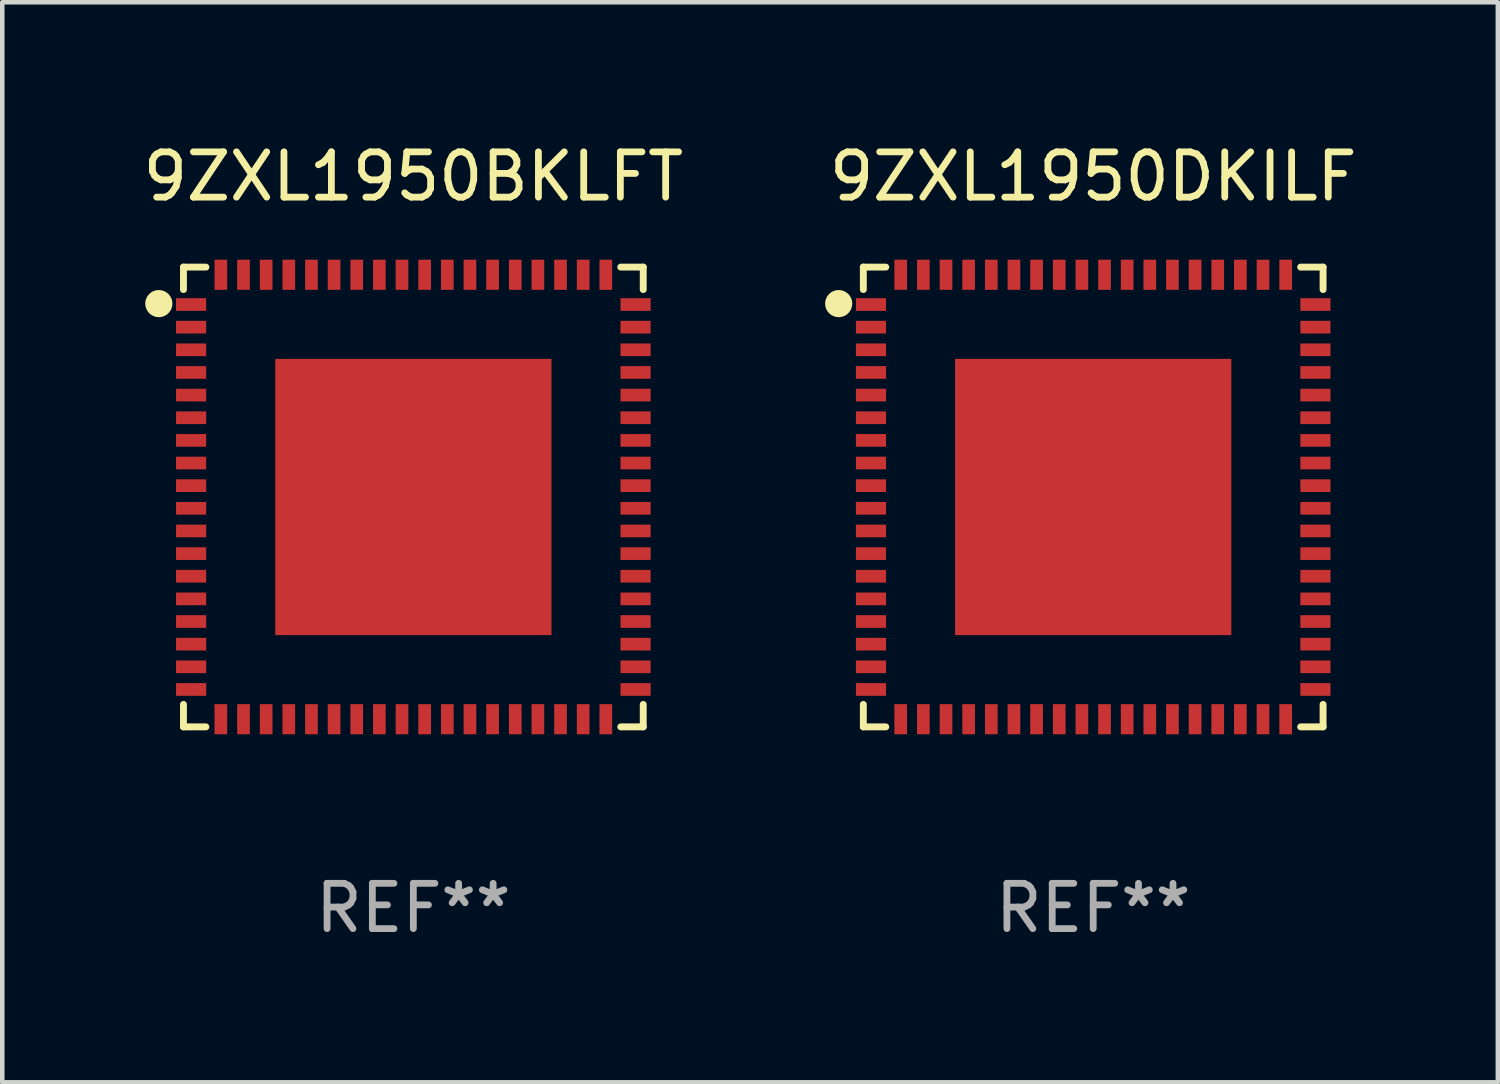
<source format=kicad_pcb>
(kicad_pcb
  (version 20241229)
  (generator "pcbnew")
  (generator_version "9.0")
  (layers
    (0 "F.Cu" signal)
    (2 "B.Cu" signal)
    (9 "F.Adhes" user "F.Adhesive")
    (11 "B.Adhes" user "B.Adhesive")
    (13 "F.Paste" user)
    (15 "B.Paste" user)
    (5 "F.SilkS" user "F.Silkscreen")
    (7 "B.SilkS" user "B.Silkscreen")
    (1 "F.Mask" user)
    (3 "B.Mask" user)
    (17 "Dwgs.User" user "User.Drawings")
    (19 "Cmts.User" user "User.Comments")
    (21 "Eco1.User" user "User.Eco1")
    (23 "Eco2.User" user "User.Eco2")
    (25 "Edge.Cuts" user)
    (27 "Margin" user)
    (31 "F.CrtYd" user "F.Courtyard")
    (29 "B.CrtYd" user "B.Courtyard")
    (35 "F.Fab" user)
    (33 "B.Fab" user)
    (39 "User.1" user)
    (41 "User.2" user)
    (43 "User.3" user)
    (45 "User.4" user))
  (footprint "9ZXL1950DKILF"
    (layer "F.Cu")
    (at 21.089 7.924)
    (property "Reference" "9ZXL1950DKILF" (at 0 -7.076 0) (layer "F.SilkS") (effects (font (size 1 1) (thickness 0.15))))
    (attr through_hole)
    (fp_line (start -5.076 -5.076) (end -5.076 -4.58) (stroke (width 0.152) (type solid)) (layer "F.SilkS"))
    (fp_line (start -5.076 5.076) (end -5.076 4.58) (stroke (width 0.152) (type solid)) (layer "F.SilkS"))
    (fp_line (start -4.58 -5.076) (end -5.076 -5.076) (stroke (width 0.152) (type solid)) (layer "F.SilkS"))
    (fp_line (start -4.58 5.076) (end -5.076 5.076) (stroke (width 0.152) (type solid)) (layer "F.SilkS"))
    (fp_line (start 4.58 -5.076) (end 5.076 -5.076) (stroke (width 0.152) (type solid)) (layer "F.SilkS"))
    (fp_line (start 4.58 5.076) (end 5.076 5.076) (stroke (width 0.152) (type solid)) (layer "F.SilkS"))
    (fp_line (start 5.076 -5.076) (end 5.076 -4.58) (stroke (width 0.152) (type solid)) (layer "F.SilkS"))
    (fp_line (start 5.076 5.076) (end 5.076 4.58) (stroke (width 0.152) (type solid)) (layer "F.SilkS"))
    (fp_circle (center -5.62 -4.27) (end -5.47 -4.27) (stroke (width 0.3) (type solid)) (fill no) (layer "F.SilkS"))
    (fp_text user "REF**" (at 0 9.076 0) (layer "F.Fab") (effects (font (size 1 1) (thickness 0.15))))
    (pad "1" smd rect (at -4.907 -4.25 270) (size 0.28 0.665) (layers "F.Cu" "F.Mask" "F.Paste"))
    (pad "2" smd rect (at -4.907 -3.75 270) (size 0.28 0.665) (layers "F.Cu" "F.Mask" "F.Paste"))
    (pad "3" smd rect (at -4.907 -3.25 270) (size 0.28 0.665) (layers "F.Cu" "F.Mask" "F.Paste"))
    (pad "4" smd rect (at -4.907 -2.75 270) (size 0.28 0.665) (layers "F.Cu" "F.Mask" "F.Paste"))
    (pad "5" smd rect (at -4.907 -2.25 270) (size 0.28 0.665) (layers "F.Cu" "F.Mask" "F.Paste"))
    (pad "6" smd rect (at -4.907 -1.75 270) (size 0.28 0.665) (layers "F.Cu" "F.Mask" "F.Paste"))
    (pad "7" smd rect (at -4.907 -1.25 270) (size 0.28 0.665) (layers "F.Cu" "F.Mask" "F.Paste"))
    (pad "8" smd rect (at -4.907 -0.75 270) (size 0.28 0.665) (layers "F.Cu" "F.Mask" "F.Paste"))
    (pad "9" smd rect (at -4.907 -0.25 270) (size 0.28 0.665) (layers "F.Cu" "F.Mask" "F.Paste"))
    (pad "10" smd rect (at -4.907 0.25 270) (size 0.28 0.665) (layers "F.Cu" "F.Mask" "F.Paste"))
    (pad "11" smd rect (at -4.907 0.75 270) (size 0.28 0.665) (layers "F.Cu" "F.Mask" "F.Paste"))
    (pad "12" smd rect (at -4.907 1.25 270) (size 0.28 0.665) (layers "F.Cu" "F.Mask" "F.Paste"))
    (pad "13" smd rect (at -4.907 1.75 270) (size 0.28 0.665) (layers "F.Cu" "F.Mask" "F.Paste"))
    (pad "14" smd rect (at -4.907 2.25 270) (size 0.28 0.665) (layers "F.Cu" "F.Mask" "F.Paste"))
    (pad "15" smd rect (at -4.907 2.75 270) (size 0.28 0.665) (layers "F.Cu" "F.Mask" "F.Paste"))
    (pad "16" smd rect (at -4.907 3.25 270) (size 0.28 0.665) (layers "F.Cu" "F.Mask" "F.Paste"))
    (pad "17" smd rect (at -4.907 3.75 270) (size 0.28 0.665) (layers "F.Cu" "F.Mask" "F.Paste"))
    (pad "18" smd rect (at -4.907 4.25 270) (size 0.28 0.665) (layers "F.Cu" "F.Mask" "F.Paste"))
    (pad "19" smd rect (at -4.25 4.907 270) (size 0.665 0.28) (layers "F.Cu" "F.Mask" "F.Paste"))
    (pad "20" smd rect (at -3.75 4.907 270) (size 0.665 0.28) (layers "F.Cu" "F.Mask" "F.Paste"))
    (pad "21" smd rect (at -3.25 4.907 270) (size 0.665 0.28) (layers "F.Cu" "F.Mask" "F.Paste"))
    (pad "22" smd rect (at -2.75 4.907 270) (size 0.665 0.28) (layers "F.Cu" "F.Mask" "F.Paste"))
    (pad "23" smd rect (at -2.25 4.907 270) (size 0.665 0.28) (layers "F.Cu" "F.Mask" "F.Paste"))
    (pad "24" smd rect (at -1.75 4.907 270) (size 0.665 0.28) (layers "F.Cu" "F.Mask" "F.Paste"))
    (pad "25" smd rect (at -1.25 4.907 270) (size 0.665 0.28) (layers "F.Cu" "F.Mask" "F.Paste"))
    (pad "26" smd rect (at -0.75 4.907 270) (size 0.665 0.28) (layers "F.Cu" "F.Mask" "F.Paste"))
    (pad "27" smd rect (at -0.25 4.907 270) (size 0.665 0.28) (layers "F.Cu" "F.Mask" "F.Paste"))
    (pad "28" smd rect (at 0.25 4.907 270) (size 0.665 0.28) (layers "F.Cu" "F.Mask" "F.Paste"))
    (pad "29" smd rect (at 0.75 4.907 270) (size 0.665 0.28) (layers "F.Cu" "F.Mask" "F.Paste"))
    (pad "30" smd rect (at 1.25 4.907 270) (size 0.665 0.28) (layers "F.Cu" "F.Mask" "F.Paste"))
    (pad "31" smd rect (at 1.75 4.907 270) (size 0.665 0.28) (layers "F.Cu" "F.Mask" "F.Paste"))
    (pad "32" smd rect (at 2.25 4.907 270) (size 0.665 0.28) (layers "F.Cu" "F.Mask" "F.Paste"))
    (pad "33" smd rect (at 2.75 4.907 270) (size 0.665 0.28) (layers "F.Cu" "F.Mask" "F.Paste"))
    (pad "34" smd rect (at 3.25 4.907 270) (size 0.665 0.28) (layers "F.Cu" "F.Mask" "F.Paste"))
    (pad "35" smd rect (at 3.75 4.907 270) (size 0.665 0.28) (layers "F.Cu" "F.Mask" "F.Paste"))
    (pad "36" smd rect (at 4.25 4.907 270) (size 0.665 0.28) (layers "F.Cu" "F.Mask" "F.Paste"))
    (pad "37" smd rect (at 4.907 4.25 270) (size 0.28 0.665) (layers "F.Cu" "F.Mask" "F.Paste"))
    (pad "38" smd rect (at 4.907 3.75 270) (size 0.28 0.665) (layers "F.Cu" "F.Mask" "F.Paste"))
    (pad "39" smd rect (at 4.907 3.25 270) (size 0.28 0.665) (layers "F.Cu" "F.Mask" "F.Paste"))
    (pad "40" smd rect (at 4.907 2.75 270) (size 0.28 0.665) (layers "F.Cu" "F.Mask" "F.Paste"))
    (pad "41" smd rect (at 4.907 2.25 270) (size 0.28 0.665) (layers "F.Cu" "F.Mask" "F.Paste"))
    (pad "42" smd rect (at 4.907 1.75 270) (size 0.28 0.665) (layers "F.Cu" "F.Mask" "F.Paste"))
    (pad "43" smd rect (at 4.907 1.25 270) (size 0.28 0.665) (layers "F.Cu" "F.Mask" "F.Paste"))
    (pad "44" smd rect (at 4.907 0.75 270) (size 0.28 0.665) (layers "F.Cu" "F.Mask" "F.Paste"))
    (pad "45" smd rect (at 4.907 0.25 270) (size 0.28 0.665) (layers "F.Cu" "F.Mask" "F.Paste"))
    (pad "46" smd rect (at 4.907 -0.25 270) (size 0.28 0.665) (layers "F.Cu" "F.Mask" "F.Paste"))
    (pad "47" smd rect (at 4.907 -0.75 270) (size 0.28 0.665) (layers "F.Cu" "F.Mask" "F.Paste"))
    (pad "48" smd rect (at 4.907 -1.25 270) (size 0.28 0.665) (layers "F.Cu" "F.Mask" "F.Paste"))
    (pad "49" smd rect (at 4.907 -1.75 270) (size 0.28 0.665) (layers "F.Cu" "F.Mask" "F.Paste"))
    (pad "50" smd rect (at 4.907 -2.25 270) (size 0.28 0.665) (layers "F.Cu" "F.Mask" "F.Paste"))
    (pad "51" smd rect (at 4.907 -2.75 270) (size 0.28 0.665) (layers "F.Cu" "F.Mask" "F.Paste"))
    (pad "52" smd rect (at 4.907 -3.25 270) (size 0.28 0.665) (layers "F.Cu" "F.Mask" "F.Paste"))
    (pad "53" smd rect (at 4.907 -3.75 270) (size 0.28 0.665) (layers "F.Cu" "F.Mask" "F.Paste"))
    (pad "54" smd rect (at 4.907 -4.25 270) (size 0.28 0.665) (layers "F.Cu" "F.Mask" "F.Paste"))
    (pad "55" smd rect (at 4.25 -4.907 270) (size 0.665 0.28) (layers "F.Cu" "F.Mask" "F.Paste"))
    (pad "56" smd rect (at 3.75 -4.907 270) (size 0.665 0.28) (layers "F.Cu" "F.Mask" "F.Paste"))
    (pad "57" smd rect (at 3.25 -4.907 270) (size 0.665 0.28) (layers "F.Cu" "F.Mask" "F.Paste"))
    (pad "58" smd rect (at 2.75 -4.907 270) (size 0.665 0.28) (layers "F.Cu" "F.Mask" "F.Paste"))
    (pad "59" smd rect (at 2.25 -4.907 270) (size 0.665 0.28) (layers "F.Cu" "F.Mask" "F.Paste"))
    (pad "60" smd rect (at 1.75 -4.907 270) (size 0.665 0.28) (layers "F.Cu" "F.Mask" "F.Paste"))
    (pad "61" smd rect (at 1.25 -4.907 270) (size 0.665 0.28) (layers "F.Cu" "F.Mask" "F.Paste"))
    (pad "62" smd rect (at 0.75 -4.907 270) (size 0.665 0.28) (layers "F.Cu" "F.Mask" "F.Paste"))
    (pad "63" smd rect (at 0.25 -4.907 270) (size 0.665 0.28) (layers "F.Cu" "F.Mask" "F.Paste"))
    (pad "64" smd rect (at -0.25 -4.907 270) (size 0.665 0.28) (layers "F.Cu" "F.Mask" "F.Paste"))
    (pad "65" smd rect (at -0.75 -4.907 270) (size 0.665 0.28) (layers "F.Cu" "F.Mask" "F.Paste"))
    (pad "66" smd rect (at -1.25 -4.907 270) (size 0.665 0.28) (layers "F.Cu" "F.Mask" "F.Paste"))
    (pad "67" smd rect (at -1.75 -4.907 270) (size 0.665 0.28) (layers "F.Cu" "F.Mask" "F.Paste"))
    (pad "68" smd rect (at -2.25 -4.907 270) (size 0.665 0.28) (layers "F.Cu" "F.Mask" "F.Paste"))
    (pad "69" smd rect (at -2.75 -4.907 270) (size 0.665 0.28) (layers "F.Cu" "F.Mask" "F.Paste"))
    (pad "70" smd rect (at -3.25 -4.907 270) (size 0.665 0.28) (layers "F.Cu" "F.Mask" "F.Paste"))
    (pad "71" smd rect (at -3.75 -4.907 270) (size 0.665 0.28) (layers "F.Cu" "F.Mask" "F.Paste"))
    (pad "72" smd rect (at -4.25 -4.907 270) (size 0.665 0.28) (layers "F.Cu" "F.Mask" "F.Paste"))
    (pad "73" smd rect (at 0.000127 0.000127 270) (size 6.1 6.1) (layers "F.Cu" "F.Mask" "F.Paste")))
  (footprint "9ZXL1950BKLFT"
    (layer "F.Cu")
    (at 6.077 7.924)
    (property "Reference" "9ZXL1950BKLFT" (at 0 -7.076 0) (layer "F.SilkS") (effects (font (size 1 1) (thickness 0.15))))
    (attr through_hole)
    (fp_line (start -5.076 -5.076) (end -5.076 -4.58) (stroke (width 0.152) (type solid)) (layer "F.SilkS"))
    (fp_line (start -5.076 5.076) (end -5.076 4.58) (stroke (width 0.152) (type solid)) (layer "F.SilkS"))
    (fp_line (start -4.58 -5.076) (end -5.076 -5.076) (stroke (width 0.152) (type solid)) (layer "F.SilkS"))
    (fp_line (start -4.58 5.076) (end -5.076 5.076) (stroke (width 0.152) (type solid)) (layer "F.SilkS"))
    (fp_line (start 4.58 -5.076) (end 5.076 -5.076) (stroke (width 0.152) (type solid)) (layer "F.SilkS"))
    (fp_line (start 4.58 5.076) (end 5.076 5.076) (stroke (width 0.152) (type solid)) (layer "F.SilkS"))
    (fp_line (start 5.076 -5.076) (end 5.076 -4.58) (stroke (width 0.152) (type solid)) (layer "F.SilkS"))
    (fp_line (start 5.076 5.076) (end 5.076 4.58) (stroke (width 0.152) (type solid)) (layer "F.SilkS"))
    (fp_circle (center -5.62 -4.27) (end -5.47 -4.27) (stroke (width 0.3) (type solid)) (fill no) (layer "F.SilkS"))
    (fp_text user "REF**" (at 0 9.076 0) (layer "F.Fab") (effects (font (size 1 1) (thickness 0.15))))
    (pad "1" smd rect (at -4.907 -4.25 270) (size 0.28 0.665) (layers "F.Cu" "F.Mask" "F.Paste"))
    (pad "2" smd rect (at -4.907 -3.75 270) (size 0.28 0.665) (layers "F.Cu" "F.Mask" "F.Paste"))
    (pad "3" smd rect (at -4.907 -3.25 270) (size 0.28 0.665) (layers "F.Cu" "F.Mask" "F.Paste"))
    (pad "4" smd rect (at -4.907 -2.75 270) (size 0.28 0.665) (layers "F.Cu" "F.Mask" "F.Paste"))
    (pad "5" smd rect (at -4.907 -2.25 270) (size 0.28 0.665) (layers "F.Cu" "F.Mask" "F.Paste"))
    (pad "6" smd rect (at -4.907 -1.75 270) (size 0.28 0.665) (layers "F.Cu" "F.Mask" "F.Paste"))
    (pad "7" smd rect (at -4.907 -1.25 270) (size 0.28 0.665) (layers "F.Cu" "F.Mask" "F.Paste"))
    (pad "8" smd rect (at -4.907 -0.75 270) (size 0.28 0.665) (layers "F.Cu" "F.Mask" "F.Paste"))
    (pad "9" smd rect (at -4.907 -0.25 270) (size 0.28 0.665) (layers "F.Cu" "F.Mask" "F.Paste"))
    (pad "10" smd rect (at -4.907 0.25 270) (size 0.28 0.665) (layers "F.Cu" "F.Mask" "F.Paste"))
    (pad "11" smd rect (at -4.907 0.75 270) (size 0.28 0.665) (layers "F.Cu" "F.Mask" "F.Paste"))
    (pad "12" smd rect (at -4.907 1.25 270) (size 0.28 0.665) (layers "F.Cu" "F.Mask" "F.Paste"))
    (pad "13" smd rect (at -4.907 1.75 270) (size 0.28 0.665) (layers "F.Cu" "F.Mask" "F.Paste"))
    (pad "14" smd rect (at -4.907 2.25 270) (size 0.28 0.665) (layers "F.Cu" "F.Mask" "F.Paste"))
    (pad "15" smd rect (at -4.907 2.75 270) (size 0.28 0.665) (layers "F.Cu" "F.Mask" "F.Paste"))
    (pad "16" smd rect (at -4.907 3.25 270) (size 0.28 0.665) (layers "F.Cu" "F.Mask" "F.Paste"))
    (pad "17" smd rect (at -4.907 3.75 270) (size 0.28 0.665) (layers "F.Cu" "F.Mask" "F.Paste"))
    (pad "18" smd rect (at -4.907 4.25 270) (size 0.28 0.665) (layers "F.Cu" "F.Mask" "F.Paste"))
    (pad "19" smd rect (at -4.25 4.907 270) (size 0.665 0.28) (layers "F.Cu" "F.Mask" "F.Paste"))
    (pad "20" smd rect (at -3.75 4.907 270) (size 0.665 0.28) (layers "F.Cu" "F.Mask" "F.Paste"))
    (pad "21" smd rect (at -3.25 4.907 270) (size 0.665 0.28) (layers "F.Cu" "F.Mask" "F.Paste"))
    (pad "22" smd rect (at -2.75 4.907 270) (size 0.665 0.28) (layers "F.Cu" "F.Mask" "F.Paste"))
    (pad "23" smd rect (at -2.25 4.907 270) (size 0.665 0.28) (layers "F.Cu" "F.Mask" "F.Paste"))
    (pad "24" smd rect (at -1.75 4.907 270) (size 0.665 0.28) (layers "F.Cu" "F.Mask" "F.Paste"))
    (pad "25" smd rect (at -1.25 4.907 270) (size 0.665 0.28) (layers "F.Cu" "F.Mask" "F.Paste"))
    (pad "26" smd rect (at -0.75 4.907 270) (size 0.665 0.28) (layers "F.Cu" "F.Mask" "F.Paste"))
    (pad "27" smd rect (at -0.25 4.907 270) (size 0.665 0.28) (layers "F.Cu" "F.Mask" "F.Paste"))
    (pad "28" smd rect (at 0.25 4.907 270) (size 0.665 0.28) (layers "F.Cu" "F.Mask" "F.Paste"))
    (pad "29" smd rect (at 0.75 4.907 270) (size 0.665 0.28) (layers "F.Cu" "F.Mask" "F.Paste"))
    (pad "30" smd rect (at 1.25 4.907 270) (size 0.665 0.28) (layers "F.Cu" "F.Mask" "F.Paste"))
    (pad "31" smd rect (at 1.75 4.907 270) (size 0.665 0.28) (layers "F.Cu" "F.Mask" "F.Paste"))
    (pad "32" smd rect (at 2.25 4.907 270) (size 0.665 0.28) (layers "F.Cu" "F.Mask" "F.Paste"))
    (pad "33" smd rect (at 2.75 4.907 270) (size 0.665 0.28) (layers "F.Cu" "F.Mask" "F.Paste"))
    (pad "34" smd rect (at 3.25 4.907 270) (size 0.665 0.28) (layers "F.Cu" "F.Mask" "F.Paste"))
    (pad "35" smd rect (at 3.75 4.907 270) (size 0.665 0.28) (layers "F.Cu" "F.Mask" "F.Paste"))
    (pad "36" smd rect (at 4.25 4.907 270) (size 0.665 0.28) (layers "F.Cu" "F.Mask" "F.Paste"))
    (pad "37" smd rect (at 4.907 4.25 270) (size 0.28 0.665) (layers "F.Cu" "F.Mask" "F.Paste"))
    (pad "38" smd rect (at 4.907 3.75 270) (size 0.28 0.665) (layers "F.Cu" "F.Mask" "F.Paste"))
    (pad "39" smd rect (at 4.907 3.25 270) (size 0.28 0.665) (layers "F.Cu" "F.Mask" "F.Paste"))
    (pad "40" smd rect (at 4.907 2.75 270) (size 0.28 0.665) (layers "F.Cu" "F.Mask" "F.Paste"))
    (pad "41" smd rect (at 4.907 2.25 270) (size 0.28 0.665) (layers "F.Cu" "F.Mask" "F.Paste"))
    (pad "42" smd rect (at 4.907 1.75 270) (size 0.28 0.665) (layers "F.Cu" "F.Mask" "F.Paste"))
    (pad "43" smd rect (at 4.907 1.25 270) (size 0.28 0.665) (layers "F.Cu" "F.Mask" "F.Paste"))
    (pad "44" smd rect (at 4.907 0.75 270) (size 0.28 0.665) (layers "F.Cu" "F.Mask" "F.Paste"))
    (pad "45" smd rect (at 4.907 0.25 270) (size 0.28 0.665) (layers "F.Cu" "F.Mask" "F.Paste"))
    (pad "46" smd rect (at 4.907 -0.25 270) (size 0.28 0.665) (layers "F.Cu" "F.Mask" "F.Paste"))
    (pad "47" smd rect (at 4.907 -0.75 270) (size 0.28 0.665) (layers "F.Cu" "F.Mask" "F.Paste"))
    (pad "48" smd rect (at 4.907 -1.25 270) (size 0.28 0.665) (layers "F.Cu" "F.Mask" "F.Paste"))
    (pad "49" smd rect (at 4.907 -1.75 270) (size 0.28 0.665) (layers "F.Cu" "F.Mask" "F.Paste"))
    (pad "50" smd rect (at 4.907 -2.25 270) (size 0.28 0.665) (layers "F.Cu" "F.Mask" "F.Paste"))
    (pad "51" smd rect (at 4.907 -2.75 270) (size 0.28 0.665) (layers "F.Cu" "F.Mask" "F.Paste"))
    (pad "52" smd rect (at 4.907 -3.25 270) (size 0.28 0.665) (layers "F.Cu" "F.Mask" "F.Paste"))
    (pad "53" smd rect (at 4.907 -3.75 270) (size 0.28 0.665) (layers "F.Cu" "F.Mask" "F.Paste"))
    (pad "54" smd rect (at 4.907 -4.25 270) (size 0.28 0.665) (layers "F.Cu" "F.Mask" "F.Paste"))
    (pad "55" smd rect (at 4.25 -4.907 270) (size 0.665 0.28) (layers "F.Cu" "F.Mask" "F.Paste"))
    (pad "56" smd rect (at 3.75 -4.907 270) (size 0.665 0.28) (layers "F.Cu" "F.Mask" "F.Paste"))
    (pad "57" smd rect (at 3.25 -4.907 270) (size 0.665 0.28) (layers "F.Cu" "F.Mask" "F.Paste"))
    (pad "58" smd rect (at 2.75 -4.907 270) (size 0.665 0.28) (layers "F.Cu" "F.Mask" "F.Paste"))
    (pad "59" smd rect (at 2.25 -4.907 270) (size 0.665 0.28) (layers "F.Cu" "F.Mask" "F.Paste"))
    (pad "60" smd rect (at 1.75 -4.907 270) (size 0.665 0.28) (layers "F.Cu" "F.Mask" "F.Paste"))
    (pad "61" smd rect (at 1.25 -4.907 270) (size 0.665 0.28) (layers "F.Cu" "F.Mask" "F.Paste"))
    (pad "62" smd rect (at 0.75 -4.907 270) (size 0.665 0.28) (layers "F.Cu" "F.Mask" "F.Paste"))
    (pad "63" smd rect (at 0.25 -4.907 270) (size 0.665 0.28) (layers "F.Cu" "F.Mask" "F.Paste"))
    (pad "64" smd rect (at -0.25 -4.907 270) (size 0.665 0.28) (layers "F.Cu" "F.Mask" "F.Paste"))
    (pad "65" smd rect (at -0.75 -4.907 270) (size 0.665 0.28) (layers "F.Cu" "F.Mask" "F.Paste"))
    (pad "66" smd rect (at -1.25 -4.907 270) (size 0.665 0.28) (layers "F.Cu" "F.Mask" "F.Paste"))
    (pad "67" smd rect (at -1.75 -4.907 270) (size 0.665 0.28) (layers "F.Cu" "F.Mask" "F.Paste"))
    (pad "68" smd rect (at -2.25 -4.907 270) (size 0.665 0.28) (layers "F.Cu" "F.Mask" "F.Paste"))
    (pad "69" smd rect (at -2.75 -4.907 270) (size 0.665 0.28) (layers "F.Cu" "F.Mask" "F.Paste"))
    (pad "70" smd rect (at -3.25 -4.907 270) (size 0.665 0.28) (layers "F.Cu" "F.Mask" "F.Paste"))
    (pad "71" smd rect (at -3.75 -4.907 270) (size 0.665 0.28) (layers "F.Cu" "F.Mask" "F.Paste"))
    (pad "72" smd rect (at -4.25 -4.907 270) (size 0.665 0.28) (layers "F.Cu" "F.Mask" "F.Paste"))
    (pad "73" smd rect (at 0.000127 0.000127 270) (size 6.1 6.1) (layers "F.Cu" "F.Mask" "F.Paste")))
  (gr_rect
    (start -3 -3)
    (end 30.024 20.849)
    (stroke (width 0.1) (type default))
    (fill no)
    (layer "Edge.Cuts")))
</source>
